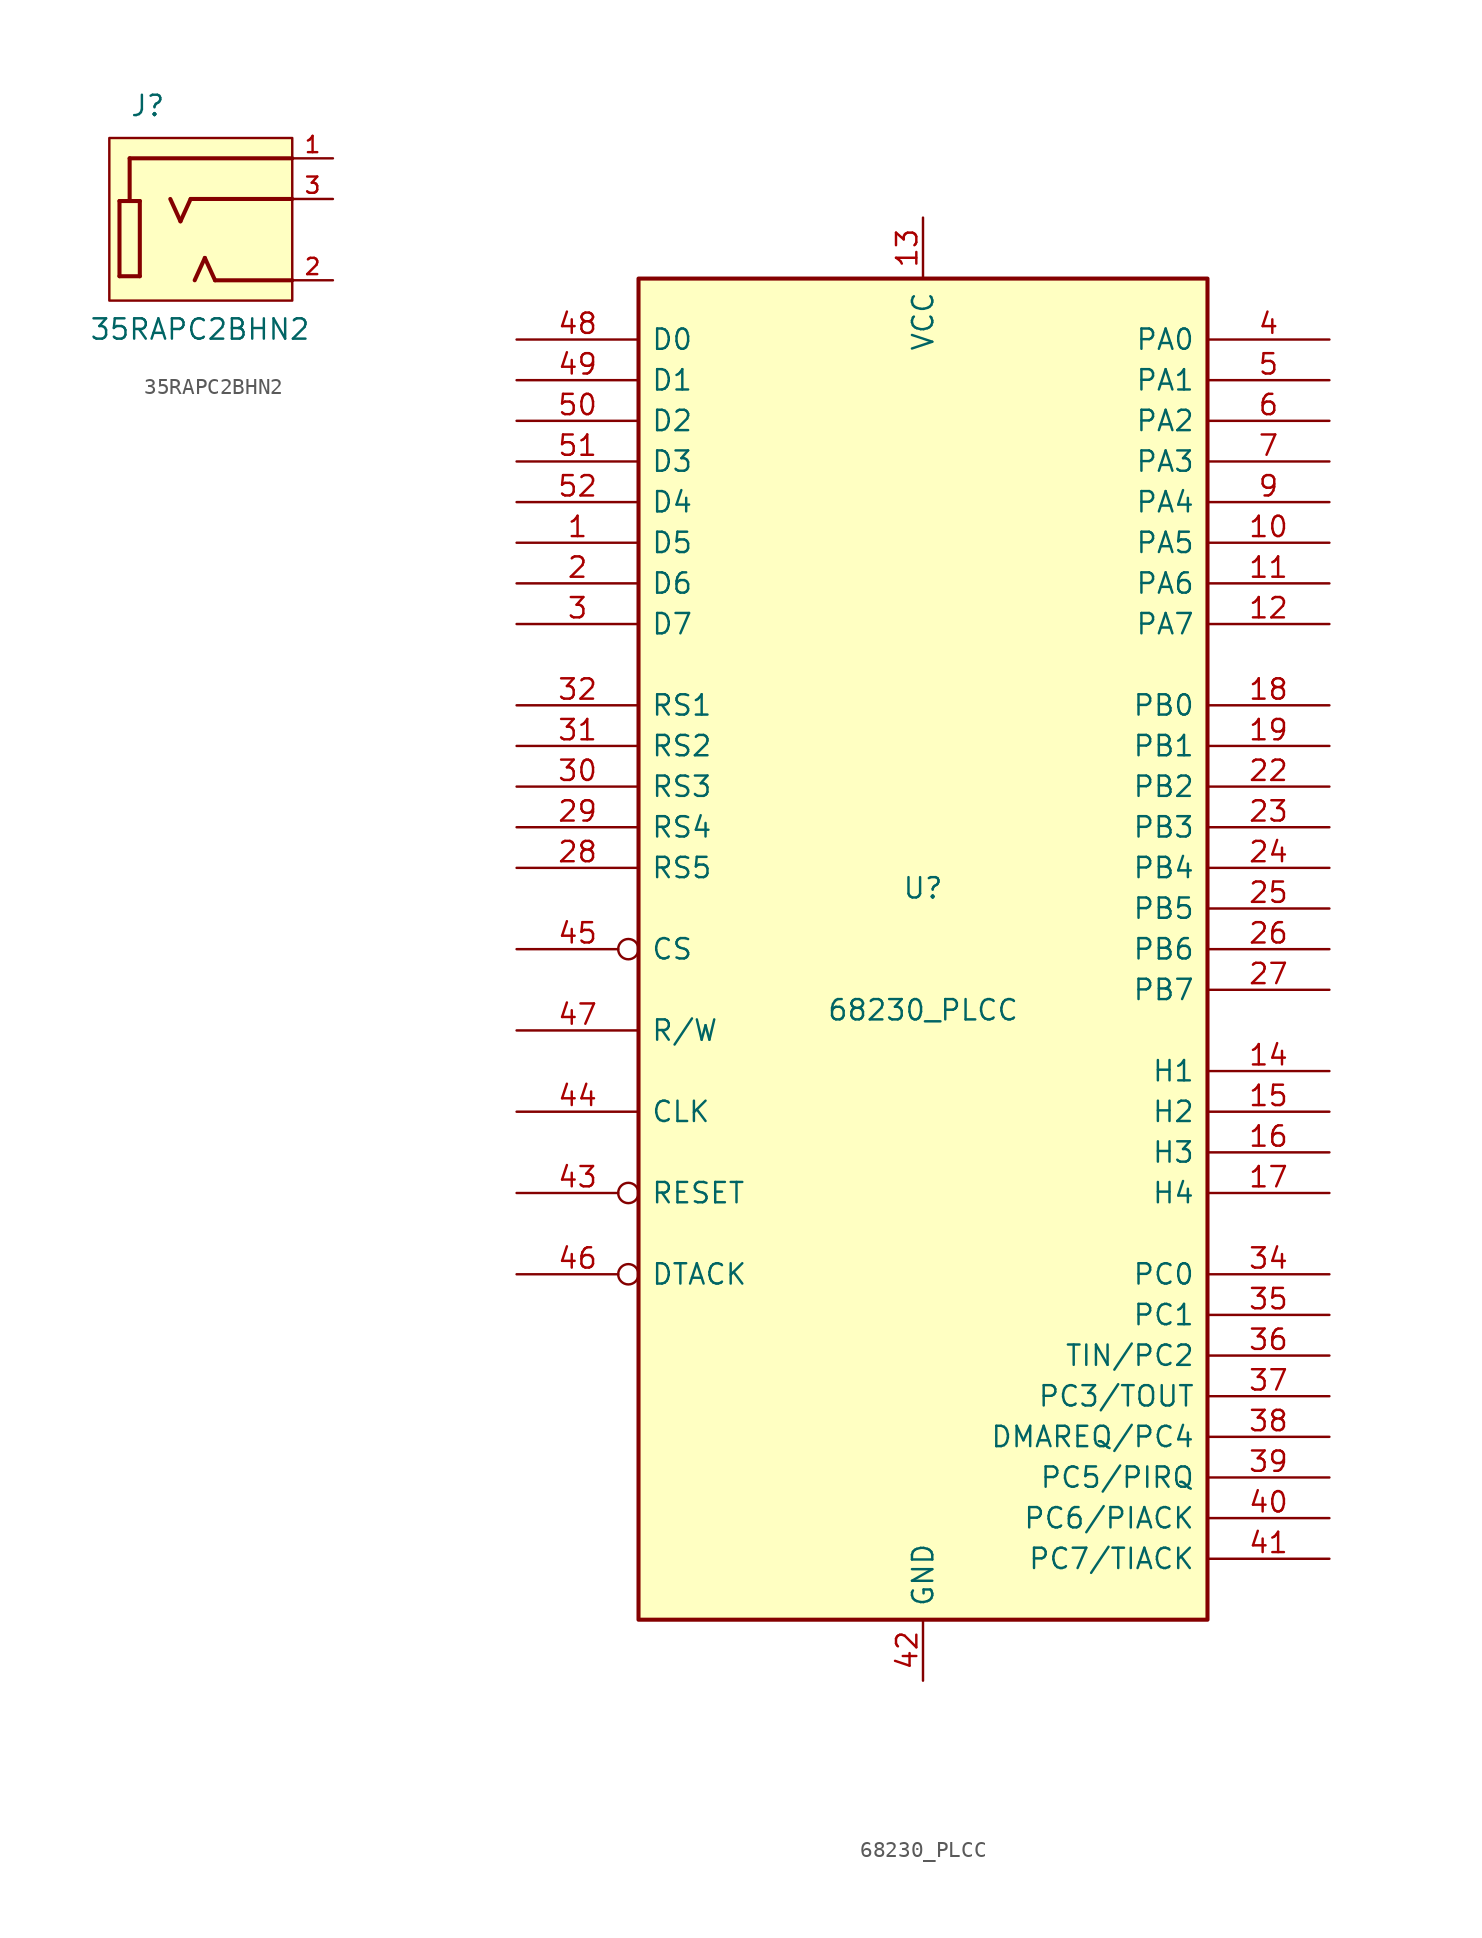
<source format=kicad_sym>
(kicad_symbol_lib
  (version 20220914)
  (generator kicad_symbol_editor)
  (symbol "35RAPC2BHN2"
    (pin_names
      (offset 1.016) hide)
    (property "Reference" "J"
      (at -5.08 7.62 0)
      (effects (font (size 1.27 1.27)) (justify left bottom)))
    (property "Value" "35RAPC2BHN2"
      (at -7.62 -6.35 0)
      (effects (font (size 1.27 1.27)) (justify left bottom)))
    (symbol "35RAPC2BHN2_0_0"
      (polyline (pts (xy -5.715 -2.286) (xy -5.715 2.413)) (stroke (width 0.254) (type default)) (fill (type none)))
      (polyline (pts (xy -5.715 2.413) (xy -5.08 2.413)) (stroke (width 0.254) (type default)) (fill (type none)))
      (polyline (pts (xy -5.08 2.413) (xy -4.445 2.413)) (stroke (width 0.254) (type default)) (fill (type none)))
      (polyline (pts (xy -5.08 5.08) (xy -5.08 2.413)) (stroke (width 0.254) (type default)) (fill (type none)))
      (polyline (pts (xy -4.445 -2.286) (xy -5.715 -2.286)) (stroke (width 0.254) (type default)) (fill (type none)))
      (polyline (pts (xy -4.445 2.413) (xy -4.445 -2.286)) (stroke (width 0.254) (type default)) (fill (type none)))
      (polyline (pts (xy -1.905 1.143) (xy -2.54 2.54)) (stroke (width 0.254) (type default)) (fill (type none)))
      (polyline (pts (xy -1.27 2.54) (xy -1.905 1.143)) (stroke (width 0.254) (type default)) (fill (type none)))
      (polyline (pts (xy -0.381 -1.143) (xy -1.016 -2.54)) (stroke (width 0.254) (type default)) (fill (type none)))
      (polyline (pts (xy 0.254 -2.54) (xy -0.381 -1.143)) (stroke (width 0.254) (type default)) (fill (type none)))
      (polyline (pts (xy 5.08 -2.54) (xy 0.254 -2.54)) (stroke (width 0.254) (type default)) (fill (type none)))
      (polyline (pts (xy 5.08 2.54) (xy -1.27 2.54)) (stroke (width 0.254) (type default)) (fill (type none)))
      (polyline (pts (xy 5.08 5.08) (xy -5.08 5.08)) (stroke (width 0.254) (type default)) (fill (type none)))
      (pin passive line (at 7.62 5.08 180) (length 2.54) (name "~" (effects (font (size 1.016 1.016)))) (number "1" (effects (font (size 1.016 1.016)))))
      (pin passive line (at 7.62 -2.54 180) (length 2.54) (name "~" (effects (font (size 1.016 1.016)))) (number "2" (effects (font (size 1.016 1.016)))))
      (pin passive line (at 7.62 2.54 180) (length 2.54) (name "~" (effects (font (size 1.016 1.016)))) (number "3" (effects (font (size 1.016 1.016))))))
    (symbol "35RAPC2BHN2_1_1"
      (rectangle (start -6.35 6.35) (end 5.08 -3.81) (stroke (width 0) (type default)) (fill (type background)))))
  (symbol "68230_PLCC"
    (pin_names
      (offset 0.762))
    (property "Reference" "U"
      (at 0 3.81 0)
      (effects (font (size 1.27 1.27))))
    (property "Value" "68230_PLCC"
      (at 0 -3.81 0)
      (effects (font (size 1.27 1.27))))
    (symbol "68230_PLCC_0_1"
      (rectangle (start -17.78 41.91) (end 17.78 -41.91) (stroke (width 0.254) (type default)) (fill (type background))))
    (symbol "68230_PLCC_1_1"
      (pin tri_state line (at -25.4 25.4 0) (length 7.62) (name "D5" (effects (font (size 1.27 1.27)))) (number "1" (effects (font (size 1.27 1.27)))))
      (pin bidirectional line (at 25.4 25.4 180) (length 7.62) (name "PA5" (effects (font (size 1.27 1.27)))) (number "10" (effects (font (size 1.27 1.27)))))
      (pin bidirectional line (at 25.4 22.86 180) (length 7.62) (name "PA6" (effects (font (size 1.27 1.27)))) (number "11" (effects (font (size 1.27 1.27)))))
      (pin bidirectional line (at 25.4 20.32 180) (length 7.62) (name "PA7" (effects (font (size 1.27 1.27)))) (number "12" (effects (font (size 1.27 1.27)))))
      (pin power_in line (at 0 45.72 270) (length 3.81) (name "VCC" (effects (font (size 1.27 1.27)))) (number "13" (effects (font (size 1.27 1.27)))))
      (pin input line (at 25.4 -7.62 180) (length 7.62) (name "H1" (effects (font (size 1.27 1.27)))) (number "14" (effects (font (size 1.27 1.27)))))
      (pin bidirectional line (at 25.4 -10.16 180) (length 7.62) (name "H2" (effects (font (size 1.27 1.27)))) (number "15" (effects (font (size 1.27 1.27)))))
      (pin input line (at 25.4 -12.7 180) (length 7.62) (name "H3" (effects (font (size 1.27 1.27)))) (number "16" (effects (font (size 1.27 1.27)))))
      (pin bidirectional line (at 25.4 -15.24 180) (length 7.62) (name "H4" (effects (font (size 1.27 1.27)))) (number "17" (effects (font (size 1.27 1.27)))))
      (pin bidirectional line (at 25.4 15.24 180) (length 7.62) (name "PB0" (effects (font (size 1.27 1.27)))) (number "18" (effects (font (size 1.27 1.27)))))
      (pin bidirectional line (at 25.4 12.7 180) (length 7.62) (name "PB1" (effects (font (size 1.27 1.27)))) (number "19" (effects (font (size 1.27 1.27)))))
      (pin tri_state line (at -25.4 22.86 0) (length 7.62) (name "D6" (effects (font (size 1.27 1.27)))) (number "2" (effects (font (size 1.27 1.27)))))
      (pin no_connect line (at -20.32 -29.21 0) (length 2.54) hide (name "NC" (effects (font (size 1.27 1.27)))) (number "20" (effects (font (size 1.27 1.27)))))
      (pin no_connect line (at -20.32 -31.75 0) (length 2.54) hide (name "NC" (effects (font (size 1.27 1.27)))) (number "21" (effects (font (size 1.27 1.27)))))
      (pin bidirectional line (at 25.4 10.16 180) (length 7.62) (name "PB2" (effects (font (size 1.27 1.27)))) (number "22" (effects (font (size 1.27 1.27)))))
      (pin bidirectional line (at 25.4 7.62 180) (length 7.62) (name "PB3" (effects (font (size 1.27 1.27)))) (number "23" (effects (font (size 1.27 1.27)))))
      (pin bidirectional line (at 25.4 5.08 180) (length 7.62) (name "PB4" (effects (font (size 1.27 1.27)))) (number "24" (effects (font (size 1.27 1.27)))))
      (pin bidirectional line (at 25.4 2.54 180) (length 7.62) (name "PB5" (effects (font (size 1.27 1.27)))) (number "25" (effects (font (size 1.27 1.27)))))
      (pin bidirectional line (at 25.4 0 180) (length 7.62) (name "PB6" (effects (font (size 1.27 1.27)))) (number "26" (effects (font (size 1.27 1.27)))))
      (pin bidirectional line (at 25.4 -2.54 180) (length 7.62) (name "PB7" (effects (font (size 1.27 1.27)))) (number "27" (effects (font (size 1.27 1.27)))))
      (pin input line (at -25.4 5.08 0) (length 7.62) (name "RS5" (effects (font (size 1.27 1.27)))) (number "28" (effects (font (size 1.27 1.27)))))
      (pin input line (at -25.4 7.62 0) (length 7.62) (name "RS4" (effects (font (size 1.27 1.27)))) (number "29" (effects (font (size 1.27 1.27)))))
      (pin tri_state line (at -25.4 20.32 0) (length 7.62) (name "D7" (effects (font (size 1.27 1.27)))) (number "3" (effects (font (size 1.27 1.27)))))
      (pin input line (at -25.4 10.16 0) (length 7.62) (name "RS3" (effects (font (size 1.27 1.27)))) (number "30" (effects (font (size 1.27 1.27)))))
      (pin input line (at -25.4 12.7 0) (length 7.62) (name "RS2" (effects (font (size 1.27 1.27)))) (number "31" (effects (font (size 1.27 1.27)))))
      (pin input line (at -25.4 15.24 0) (length 7.62) (name "RS1" (effects (font (size 1.27 1.27)))) (number "32" (effects (font (size 1.27 1.27)))))
      (pin no_connect line (at -20.32 -34.29 0) (length 2.54) hide (name "NC" (effects (font (size 1.27 1.27)))) (number "33" (effects (font (size 1.27 1.27)))))
      (pin bidirectional line (at 25.4 -20.32 180) (length 7.62) (name "PC0" (effects (font (size 1.27 1.27)))) (number "34" (effects (font (size 1.27 1.27)))))
      (pin bidirectional line (at 25.4 -22.86 180) (length 7.62) (name "PC1" (effects (font (size 1.27 1.27)))) (number "35" (effects (font (size 1.27 1.27)))))
      (pin bidirectional line (at 25.4 -25.4 180) (length 7.62) (name "TIN/PC2" (effects (font (size 1.27 1.27)))) (number "36" (effects (font (size 1.27 1.27)))))
      (pin bidirectional line (at 25.4 -27.94 180) (length 7.62) (name "PC3/TOUT" (effects (font (size 1.27 1.27)))) (number "37" (effects (font (size 1.27 1.27)))))
      (pin bidirectional line (at 25.4 -30.48 180) (length 7.62) (name "DMAREQ/PC4" (effects (font (size 1.27 1.27)))) (number "38" (effects (font (size 1.27 1.27)))))
      (pin bidirectional line (at 25.4 -33.02 180) (length 7.62) (name "PC5/PIRQ" (effects (font (size 1.27 1.27)))) (number "39" (effects (font (size 1.27 1.27)))))
      (pin bidirectional line (at 25.4 38.1 180) (length 7.62) (name "PA0" (effects (font (size 1.27 1.27)))) (number "4" (effects (font (size 1.27 1.27)))))
      (pin bidirectional line (at 25.4 -35.56 180) (length 7.62) (name "PC6/PIACK" (effects (font (size 1.27 1.27)))) (number "40" (effects (font (size 1.27 1.27)))))
      (pin bidirectional line (at 25.4 -38.1 180) (length 7.62) (name "PC7/TIACK" (effects (font (size 1.27 1.27)))) (number "41" (effects (font (size 1.27 1.27)))))
      (pin power_in line (at 0 -45.72 90) (length 3.81) (name "GND" (effects (font (size 1.27 1.27)))) (number "42" (effects (font (size 1.27 1.27)))))
      (pin input inverted (at -25.4 -15.24 0) (length 7.62) (name "RESET" (effects (font (size 1.27 1.27)))) (number "43" (effects (font (size 1.27 1.27)))))
      (pin input line (at -25.4 -10.16 0) (length 7.62) (name "CLK" (effects (font (size 1.27 1.27)))) (number "44" (effects (font (size 1.27 1.27)))))
      (pin input inverted (at -25.4 0 0) (length 7.62) (name "CS" (effects (font (size 1.27 1.27)))) (number "45" (effects (font (size 1.27 1.27)))))
      (pin open_collector inverted (at -25.4 -20.32 0) (length 7.62) (name "DTACK" (effects (font (size 1.27 1.27)))) (number "46" (effects (font (size 1.27 1.27)))))
      (pin input line (at -25.4 -5.08 0) (length 7.62) (name "R/W" (effects (font (size 1.27 1.27)))) (number "47" (effects (font (size 1.27 1.27)))))
      (pin tri_state line (at -25.4 38.1 0) (length 7.62) (name "D0" (effects (font (size 1.27 1.27)))) (number "48" (effects (font (size 1.27 1.27)))))
      (pin tri_state line (at -25.4 35.56 0) (length 7.62) (name "D1" (effects (font (size 1.27 1.27)))) (number "49" (effects (font (size 1.27 1.27)))))
      (pin bidirectional line (at 25.4 35.56 180) (length 7.62) (name "PA1" (effects (font (size 1.27 1.27)))) (number "5" (effects (font (size 1.27 1.27)))))
      (pin tri_state line (at -25.4 33.02 0) (length 7.62) (name "D2" (effects (font (size 1.27 1.27)))) (number "50" (effects (font (size 1.27 1.27)))))
      (pin tri_state line (at -25.4 30.48 0) (length 7.62) (name "D3" (effects (font (size 1.27 1.27)))) (number "51" (effects (font (size 1.27 1.27)))))
      (pin tri_state line (at -25.4 27.94 0) (length 7.62) (name "D4" (effects (font (size 1.27 1.27)))) (number "52" (effects (font (size 1.27 1.27)))))
      (pin bidirectional line (at 25.4 33.02 180) (length 7.62) (name "PA2" (effects (font (size 1.27 1.27)))) (number "6" (effects (font (size 1.27 1.27)))))
      (pin bidirectional line (at 25.4 30.48 180) (length 7.62) (name "PA3" (effects (font (size 1.27 1.27)))) (number "7" (effects (font (size 1.27 1.27)))))
      (pin no_connect line (at -20.32 -26.67 0) (length 2.54) hide (name "NC" (effects (font (size 1.27 1.27)))) (number "8" (effects (font (size 1.27 1.27)))))
      (pin bidirectional line (at 25.4 27.94 180) (length 7.62) (name "PA4" (effects (font (size 1.27 1.27)))) (number "9" (effects (font (size 1.27 1.27))))))))
</source>
